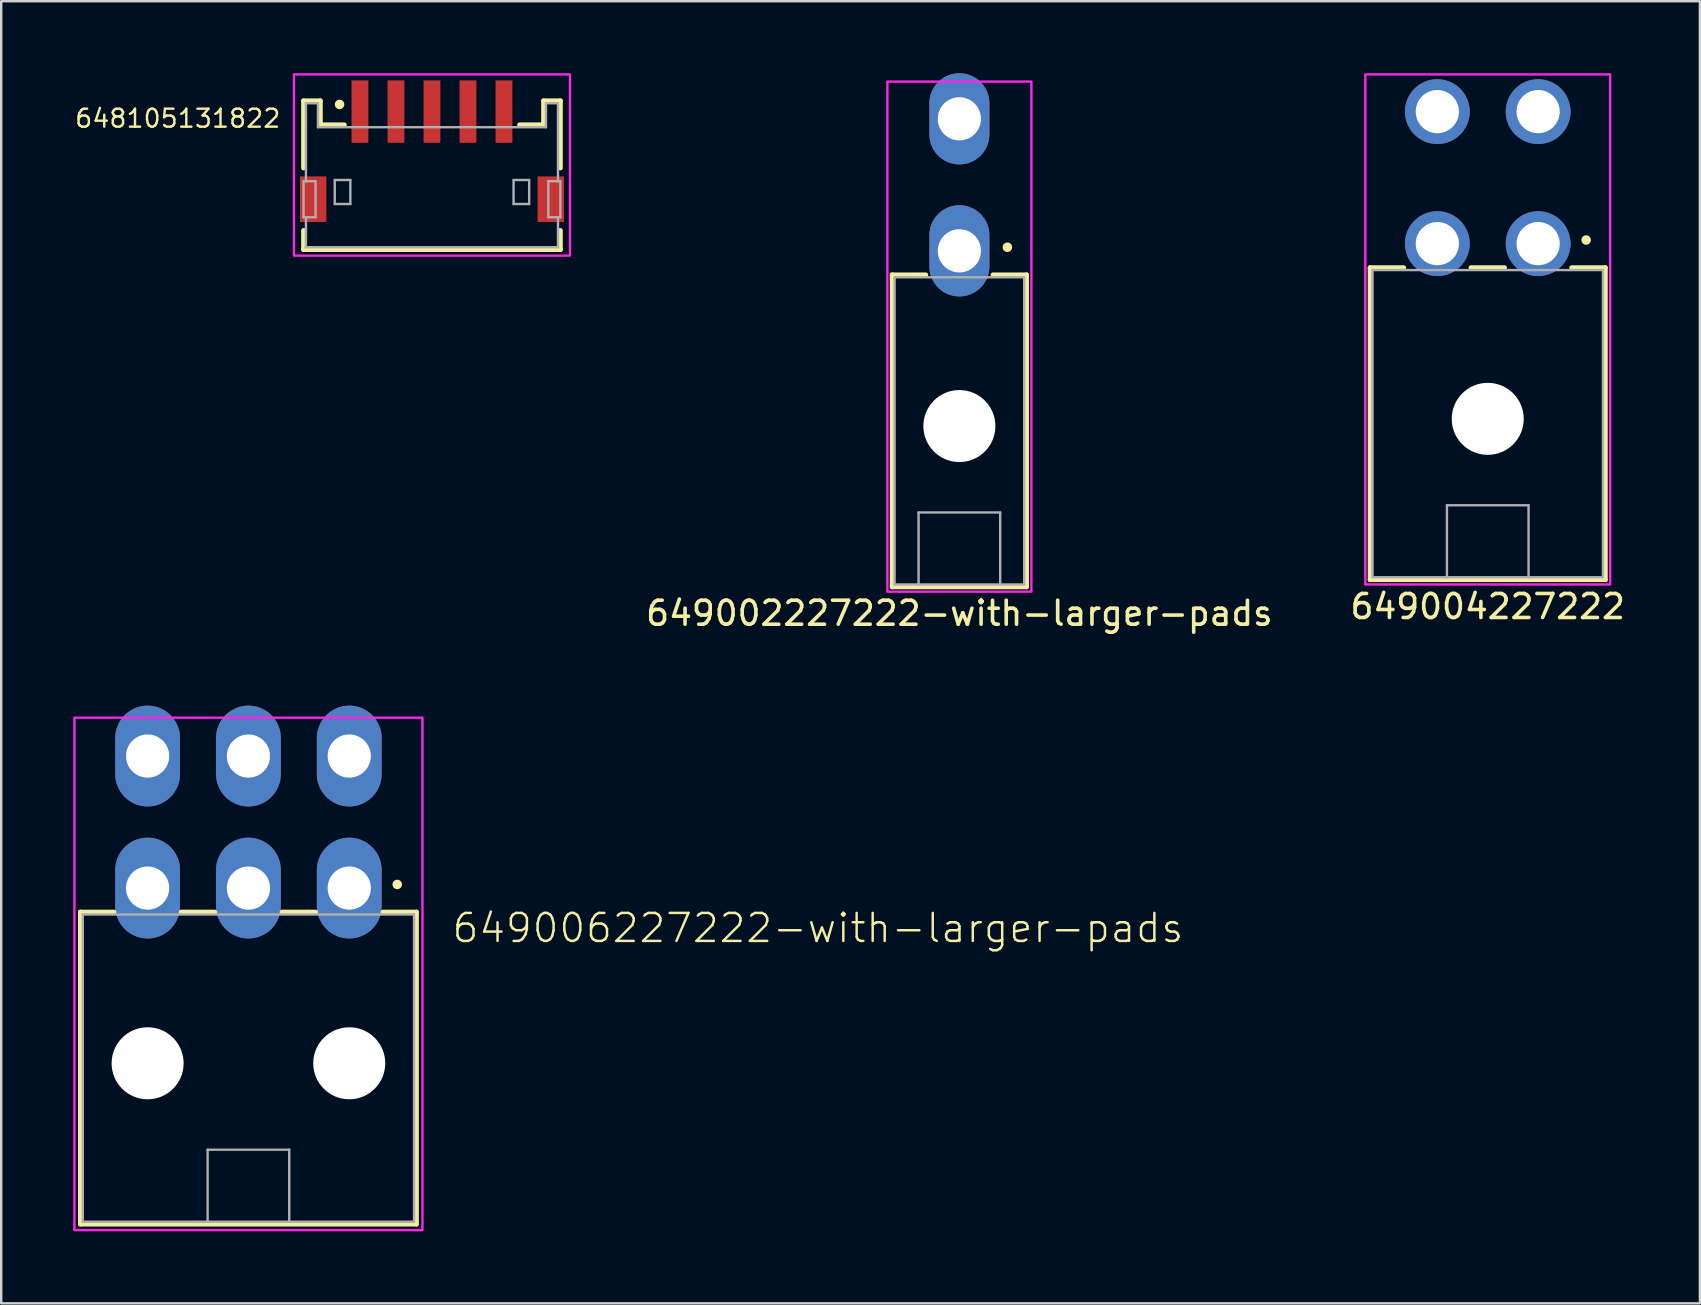
<source format=kicad_pcb>
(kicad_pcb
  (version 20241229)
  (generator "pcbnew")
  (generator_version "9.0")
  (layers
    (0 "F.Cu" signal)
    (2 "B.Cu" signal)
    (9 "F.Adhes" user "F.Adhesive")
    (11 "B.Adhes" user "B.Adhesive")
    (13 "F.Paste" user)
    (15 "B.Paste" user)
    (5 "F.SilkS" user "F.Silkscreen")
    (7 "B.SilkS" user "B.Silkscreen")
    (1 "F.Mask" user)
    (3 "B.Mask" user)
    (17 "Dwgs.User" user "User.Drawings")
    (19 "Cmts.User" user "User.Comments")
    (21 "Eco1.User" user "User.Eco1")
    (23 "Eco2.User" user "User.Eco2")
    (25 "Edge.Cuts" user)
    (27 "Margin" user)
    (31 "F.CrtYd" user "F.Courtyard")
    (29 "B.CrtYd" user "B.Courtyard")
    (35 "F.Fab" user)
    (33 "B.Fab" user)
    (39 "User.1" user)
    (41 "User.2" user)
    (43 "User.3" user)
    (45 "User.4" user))
  (footprint "649006227222-with-larger-pads"
    (layer "F.Cu")
    (at 7.3 41.448)
    (property "Reference" "649006227222-with-larger-pads" (at 8.42 -5.15 0) (layer "F.SilkS") (effects (font (size 1.168 1.168) (thickness 0.102)) (justify left bottom)))
    (attr through_hole)
    (fp_line (start -7 -6.5) (end -7 6.5) (stroke (width 0.2) (type solid)) (layer "F.SilkS"))
    (fp_line (start -7 6.5) (end 7 6.5) (stroke (width 0.2) (type solid)) (layer "F.SilkS"))
    (fp_line (start -5.6 -6.5) (end -7 -6.5) (stroke (width 0.2) (type solid)) (layer "F.SilkS"))
    (fp_line (start -2.8 -6.5) (end -1.4 -6.5) (stroke (width 0.2) (type solid)) (layer "F.SilkS"))
    (fp_line (start 1.4 -6.5) (end 2.8 -6.5) (stroke (width 0.2) (type solid)) (layer "F.SilkS"))
    (fp_line (start 7 -6.5) (end 5.6 -6.5) (stroke (width 0.2) (type solid)) (layer "F.SilkS"))
    (fp_line (start 7 6.5) (end 7 -6.5) (stroke (width 0.2) (type solid)) (layer "F.SilkS"))
    (fp_circle (center 6.2 -7.65) (end 6.3 -7.65) (stroke (width 0.2) (type solid)) (fill no) (layer "F.SilkS"))
    (fp_poly (pts (xy 7.25 6.75) (xy -7.25 6.75) (xy -7.25 -14.6) (xy 7.25 -14.6)) (stroke (width 0.1) (type default)) (fill no) (layer "F.CrtYd"))
    (fp_line (start -6.9 -6.4) (end 6.9 -6.4) (stroke (width 0.1) (type solid)) (layer "F.Fab"))
    (fp_line (start -6.9 6.4) (end -6.9 -6.4) (stroke (width 0.1) (type solid)) (layer "F.Fab"))
    (fp_line (start -1.7 3.4) (end 1.7 3.4) (stroke (width 0.1) (type solid)) (layer "F.Fab"))
    (fp_line (start -1.7 6.4) (end -6.9 6.4) (stroke (width 0.1) (type solid)) (layer "F.Fab"))
    (fp_line (start -1.7 6.4) (end -1.7 3.4) (stroke (width 0.1) (type solid)) (layer "F.Fab"))
    (fp_line (start 1.7 3.4) (end 1.7 6.4) (stroke (width 0.1) (type solid)) (layer "F.Fab"))
    (fp_line (start 1.7 6.4) (end -1.7 6.4) (stroke (width 0.1) (type solid)) (layer "F.Fab"))
    (fp_line (start 6.9 -6.4) (end 6.9 6.4) (stroke (width 0.1) (type solid)) (layer "F.Fab"))
    (fp_line (start 6.9 6.4) (end 1.7 6.4) (stroke (width 0.1) (type solid)) (layer "F.Fab"))
    (pad "" np_thru_hole circle (at -4.2 -0.2) (size 3 3) (drill 3) (layers "*.Cu" "*.Mask"))
    (pad "" np_thru_hole circle (at 4.2 -0.2) (size 3 3) (drill 3) (layers "*.Cu" "*.Mask"))
    (pad "1" thru_hole oval (at 4.2 -7.5) (size 2.7 4.2) (drill 1.8) (layers "*.Cu" "*.Mask"))
    (pad "2" thru_hole oval (at 0 -7.5) (size 2.7 4.2) (drill 1.8) (layers "*.Cu" "*.Mask"))
    (pad "3" thru_hole oval (at -4.2 -7.5) (size 2.7 4.2) (drill 1.8) (layers "*.Cu" "*.Mask"))
    (pad "4" thru_hole oval (at 4.2 -13) (size 2.7 4.2) (drill 1.8) (layers "*.Cu" "*.Mask"))
    (pad "5" thru_hole oval (at 0 -13) (size 2.7 4.2) (drill 1.8) (layers "*.Cu" "*.Mask"))
    (pad "6" thru_hole oval (at -4.2 -13) (size 2.7 4.2) (drill 1.8) (layers "*.Cu" "*.Mask")))
  (footprint "649004227222"
    (layer "F.Cu")
    (at 58.931 14.6)
    (property "Reference" "649004227222" (at 0 7.62 0) (layer "F.SilkS") (effects (font (size 1 1) (thickness 0.15))))
    (attr through_hole)
    (fp_line (start -4.9 -6.5) (end -4.9 6.5) (stroke (width 0.2) (type solid)) (layer "F.SilkS"))
    (fp_line (start -4.9 6.5) (end 4.9 6.5) (stroke (width 0.2) (type solid)) (layer "F.SilkS"))
    (fp_line (start -3.5 -6.5) (end -4.9 -6.5) (stroke (width 0.2) (type solid)) (layer "F.SilkS"))
    (fp_line (start -0.7 -6.5) (end 0.7 -6.5) (stroke (width 0.2) (type solid)) (layer "F.SilkS"))
    (fp_line (start 4.9 -6.5) (end 3.5 -6.5) (stroke (width 0.2) (type solid)) (layer "F.SilkS"))
    (fp_line (start 4.9 6.5) (end 4.9 -6.5) (stroke (width 0.2) (type solid)) (layer "F.SilkS"))
    (fp_circle (center 4.1 -7.65) (end 4.2 -7.65) (stroke (width 0.2) (type solid)) (fill no) (layer "F.SilkS"))
    (fp_poly (pts (xy -5.1 -14.55) (xy 5.1 -14.55) (xy 5.1 6.7) (xy -5.1 6.7)) (stroke (width 0.1) (type solid)) (fill no) (layer "F.CrtYd"))
    (fp_line (start -4.8 -6.4) (end 4.8 -6.4) (stroke (width 0.1) (type solid)) (layer "F.Fab"))
    (fp_line (start -4.8 6.4) (end -4.8 -6.4) (stroke (width 0.1) (type solid)) (layer "F.Fab"))
    (fp_line (start -1.7 3.4) (end 1.7 3.4) (stroke (width 0.1) (type solid)) (layer "F.Fab"))
    (fp_line (start -1.7 6.4) (end -4.8 6.4) (stroke (width 0.1) (type solid)) (layer "F.Fab"))
    (fp_line (start -1.7 6.4) (end -1.7 3.4) (stroke (width 0.1) (type solid)) (layer "F.Fab"))
    (fp_line (start 1.7 3.4) (end 1.7 6.4) (stroke (width 0.1) (type solid)) (layer "F.Fab"))
    (fp_line (start 1.7 6.4) (end -1.7 6.4) (stroke (width 0.1) (type solid)) (layer "F.Fab"))
    (fp_line (start 4.8 -6.4) (end 4.8 6.4) (stroke (width 0.1) (type solid)) (layer "F.Fab"))
    (fp_line (start 4.8 6.4) (end 1.7 6.4) (stroke (width 0.1) (type solid)) (layer "F.Fab"))
    (pad "" np_thru_hole circle (at 0 -0.2) (size 3 3) (drill 3) (layers "*.Cu" "*.Mask"))
    (pad "1" thru_hole circle (at 2.1 -7.5) (size 2.7 2.7) (drill 1.8) (layers "*.Cu" "*.Mask"))
    (pad "2" thru_hole circle (at -2.1 -7.5) (size 2.7 2.7) (drill 1.8) (layers "*.Cu" "*.Mask"))
    (pad "3" thru_hole circle (at 2.1 -13) (size 2.7 2.7) (drill 1.8) (layers "*.Cu" "*.Mask"))
    (pad "4" thru_hole circle (at -2.1 -13) (size 2.7 2.7) (drill 1.8) (layers "*.Cu" "*.Mask")))
  (footprint "649002227222-with-larger-pads"
    (layer "F.Cu")
    (at 36.919 14.9)
    (property "Reference" "649002227222-with-larger-pads" (at 0 7.6 0) (layer "F.SilkS") (effects (font (size 1 1) (thickness 0.15))))
    (attr through_hole)
    (fp_line (start -2.8 -6.5) (end -2.8 6.5) (stroke (width 0.2) (type solid)) (layer "F.SilkS"))
    (fp_line (start -2.8 6.5) (end 2.8 6.5) (stroke (width 0.2) (type solid)) (layer "F.SilkS"))
    (fp_line (start -1.4 -6.5) (end -2.8 -6.5) (stroke (width 0.2) (type solid)) (layer "F.SilkS"))
    (fp_line (start 2.8 -6.5) (end 1.4 -6.5) (stroke (width 0.2) (type solid)) (layer "F.SilkS"))
    (fp_line (start 2.8 6.5) (end 2.8 -6.5) (stroke (width 0.2) (type solid)) (layer "F.SilkS"))
    (fp_circle (center 2 -7.65) (end 2.1 -7.65) (stroke (width 0.2) (type solid)) (fill no) (layer "F.SilkS"))
    (fp_poly (pts (xy -3 -14.55) (xy 3 -14.55) (xy 3 6.7) (xy -3 6.7)) (stroke (width 0.1) (type solid)) (fill no) (layer "F.CrtYd"))
    (fp_line (start -2.7 -6.4) (end 2.7 -6.4) (stroke (width 0.1) (type solid)) (layer "F.Fab"))
    (fp_line (start -2.7 6.4) (end -2.7 -6.4) (stroke (width 0.1) (type solid)) (layer "F.Fab"))
    (fp_line (start -1.7 3.4) (end 1.7 3.4) (stroke (width 0.1) (type solid)) (layer "F.Fab"))
    (fp_line (start -1.7 6.4) (end -2.7 6.4) (stroke (width 0.1) (type solid)) (layer "F.Fab"))
    (fp_line (start -1.7 6.4) (end -1.7 3.4) (stroke (width 0.1) (type solid)) (layer "F.Fab"))
    (fp_line (start 1.7 3.4) (end 1.7 6.4) (stroke (width 0.1) (type solid)) (layer "F.Fab"))
    (fp_line (start 1.7 6.4) (end -1.7 6.4) (stroke (width 0.1) (type solid)) (layer "F.Fab"))
    (fp_line (start 2.7 -6.4) (end 2.7 6.4) (stroke (width 0.1) (type solid)) (layer "F.Fab"))
    (fp_line (start 2.7 6.4) (end 1.7 6.4) (stroke (width 0.1) (type solid)) (layer "F.Fab"))
    (pad "" np_thru_hole circle (at 0 -0.2) (size 3 3) (drill 3) (layers "*.Cu" "*.Mask"))
    (pad "1" thru_hole oval (at 0 -7.5) (size 2.5 3.8) (drill 1.8) (layers "*.Cu" "*.Mask"))
    (pad "2" thru_hole oval (at 0 -13) (size 2.5 3.8) (drill 1.8) (layers "*.Cu" "*.Mask")))
  (footprint "648105131822"
    (layer "F.Cu")
    (at 14.946 4.25)
    (property "Reference" "648105131822" (at -6.25 -1.927 0) (layer "F.SilkS") (effects (font (size 0.748 0.748) (thickness 0.1)) (justify right bottom)))
    (attr smd)
    (fp_line (start -5.35 -3.1) (end -5.35 -0.3) (stroke (width 0.2) (type solid)) (layer "F.SilkS"))
    (fp_line (start -5.35 -3.1) (end -4.65 -3.1) (stroke (width 0.2) (type solid)) (layer "F.SilkS"))
    (fp_line (start -5.35 2.3) (end -5.35 3.1) (stroke (width 0.2) (type solid)) (layer "F.SilkS"))
    (fp_line (start -5.35 3.1) (end 5.35 3.1) (stroke (width 0.2) (type solid)) (layer "F.SilkS"))
    (fp_line (start -4.65 -3.1) (end -4.65 -2.1) (stroke (width 0.2) (type solid)) (layer "F.SilkS"))
    (fp_line (start -4.65 -2.1) (end -3.65 -2.1) (stroke (width 0.2) (type solid)) (layer "F.SilkS"))
    (fp_line (start 3.65 -2.1) (end 4.65 -2.1) (stroke (width 0.2) (type solid)) (layer "F.SilkS"))
    (fp_line (start 4.65 -3.1) (end 5.35 -3.1) (stroke (width 0.2) (type solid)) (layer "F.SilkS"))
    (fp_line (start 4.65 -2.1) (end 4.65 -3.1) (stroke (width 0.2) (type solid)) (layer "F.SilkS"))
    (fp_line (start 5.35 -3.1) (end 5.35 -0.3) (stroke (width 0.2) (type solid)) (layer "F.SilkS"))
    (fp_line (start 5.35 3.1) (end 5.35 2.3) (stroke (width 0.2) (type solid)) (layer "F.SilkS"))
    (fp_circle (center -3.85 -2.95) (end -3.75 -2.95) (stroke (width 0.2) (type solid)) (fill no) (layer "F.SilkS"))
    (fp_poly (pts (xy 5.75 3.35) (xy -5.75 3.35) (xy -5.75 -4.2) (xy 5.75 -4.2)) (stroke (width 0.1) (type default)) (fill no) (layer "F.CrtYd"))
    (fp_line (start -5.35 0.25) (end -5.35 1.75) (stroke (width 0.1) (type solid)) (layer "F.Fab"))
    (fp_line (start -5.35 1.75) (end -5.25 1.75) (stroke (width 0.1) (type solid)) (layer "F.Fab"))
    (fp_line (start -5.25 -3) (end -5.25 0.25) (stroke (width 0.1) (type solid)) (layer "F.Fab"))
    (fp_line (start -5.25 0.25) (end -5.35 0.25) (stroke (width 0.1) (type solid)) (layer "F.Fab"))
    (fp_line (start -5.25 0.25) (end -4.85 0.25) (stroke (width 0.1) (type solid)) (layer "F.Fab"))
    (fp_line (start -5.25 1.75) (end -5.25 3) (stroke (width 0.1) (type solid)) (layer "F.Fab"))
    (fp_line (start -5.25 3) (end 5.25 3) (stroke (width 0.1) (type solid)) (layer "F.Fab"))
    (fp_line (start -4.85 0.25) (end -4.85 1.75) (stroke (width 0.1) (type solid)) (layer "F.Fab"))
    (fp_line (start -4.85 1.75) (end -5.25 1.75) (stroke (width 0.1) (type solid)) (layer "F.Fab"))
    (fp_line (start -4.75 -3) (end -5.25 -3) (stroke (width 0.1) (type solid)) (layer "F.Fab"))
    (fp_line (start -4.75 -2) (end -4.75 -3) (stroke (width 0.1) (type solid)) (layer "F.Fab"))
    (fp_line (start -4.05 0.2) (end -3.4 0.2) (stroke (width 0.1) (type solid)) (layer "F.Fab"))
    (fp_line (start -4.05 1.2) (end -4.05 0.2) (stroke (width 0.1) (type solid)) (layer "F.Fab"))
    (fp_line (start -3.4 0.2) (end -3.4 1.2) (stroke (width 0.1) (type solid)) (layer "F.Fab"))
    (fp_line (start -3.4 1.2) (end -4.05 1.2) (stroke (width 0.1) (type solid)) (layer "F.Fab"))
    (fp_line (start 3.4 0.2) (end 4.05 0.2) (stroke (width 0.1) (type solid)) (layer "F.Fab"))
    (fp_line (start 3.4 1.2) (end 3.4 0.2) (stroke (width 0.1) (type solid)) (layer "F.Fab"))
    (fp_line (start 4.05 0.2) (end 4.05 1.2) (stroke (width 0.1) (type solid)) (layer "F.Fab"))
    (fp_line (start 4.05 1.2) (end 3.4 1.2) (stroke (width 0.1) (type solid)) (layer "F.Fab"))
    (fp_line (start 4.75 -3) (end 4.75 -2) (stroke (width 0.1) (type solid)) (layer "F.Fab"))
    (fp_line (start 4.75 -2) (end -4.75 -2) (stroke (width 0.1) (type solid)) (layer "F.Fab"))
    (fp_line (start 4.85 0.25) (end 4.85 1.75) (stroke (width 0.1) (type solid)) (layer "F.Fab"))
    (fp_line (start 4.85 1.75) (end 5.25 1.75) (stroke (width 0.1) (type solid)) (layer "F.Fab"))
    (fp_line (start 5.25 -3) (end 4.75 -3) (stroke (width 0.1) (type solid)) (layer "F.Fab"))
    (fp_line (start 5.25 0.25) (end 4.85 0.25) (stroke (width 0.1) (type solid)) (layer "F.Fab"))
    (fp_line (start 5.25 0.25) (end 5.25 -3) (stroke (width 0.1) (type solid)) (layer "F.Fab"))
    (fp_line (start 5.25 0.25) (end 5.35 0.25) (stroke (width 0.1) (type solid)) (layer "F.Fab"))
    (fp_line (start 5.25 3) (end 5.25 1.75) (stroke (width 0.1) (type solid)) (layer "F.Fab"))
    (fp_line (start 5.35 0.25) (end 5.35 1.75) (stroke (width 0.1) (type solid)) (layer "F.Fab"))
    (fp_line (start 5.35 1.75) (end 5.25 1.75) (stroke (width 0.1) (type solid)) (layer "F.Fab"))
    (pad "1" smd rect (at -3 -2.65) (size 0.7 2.6) (layers "F.Cu" "F.Mask" "F.Paste"))
    (pad "2" smd rect (at -1.5 -2.65) (size 0.7 2.6) (layers "F.Cu" "F.Mask" "F.Paste"))
    (pad "3" smd rect (at 0 -2.65) (size 0.7 2.6) (layers "F.Cu" "F.Mask" "F.Paste"))
    (pad "4" smd rect (at 1.5 -2.65) (size 0.7 2.6) (layers "F.Cu" "F.Mask" "F.Paste"))
    (pad "5" smd rect (at 3 -2.65) (size 0.7 2.6) (layers "F.Cu" "F.Mask" "F.Paste"))
    (pad "MP" smd rect (at -4.95 1) (size 1.1 1.9) (layers "F.Cu" "F.Mask" "F.Paste"))
    (pad "MP" smd rect (at 4.95 1) (size 1.1 1.9) (layers "F.Cu" "F.Mask" "F.Paste")))
  (gr_rect
    (start -3 -3)
    (end 67.77 51.248)
    (stroke (width 0.1) (type default))
    (fill no)
    (layer "Edge.Cuts")))
</source>
